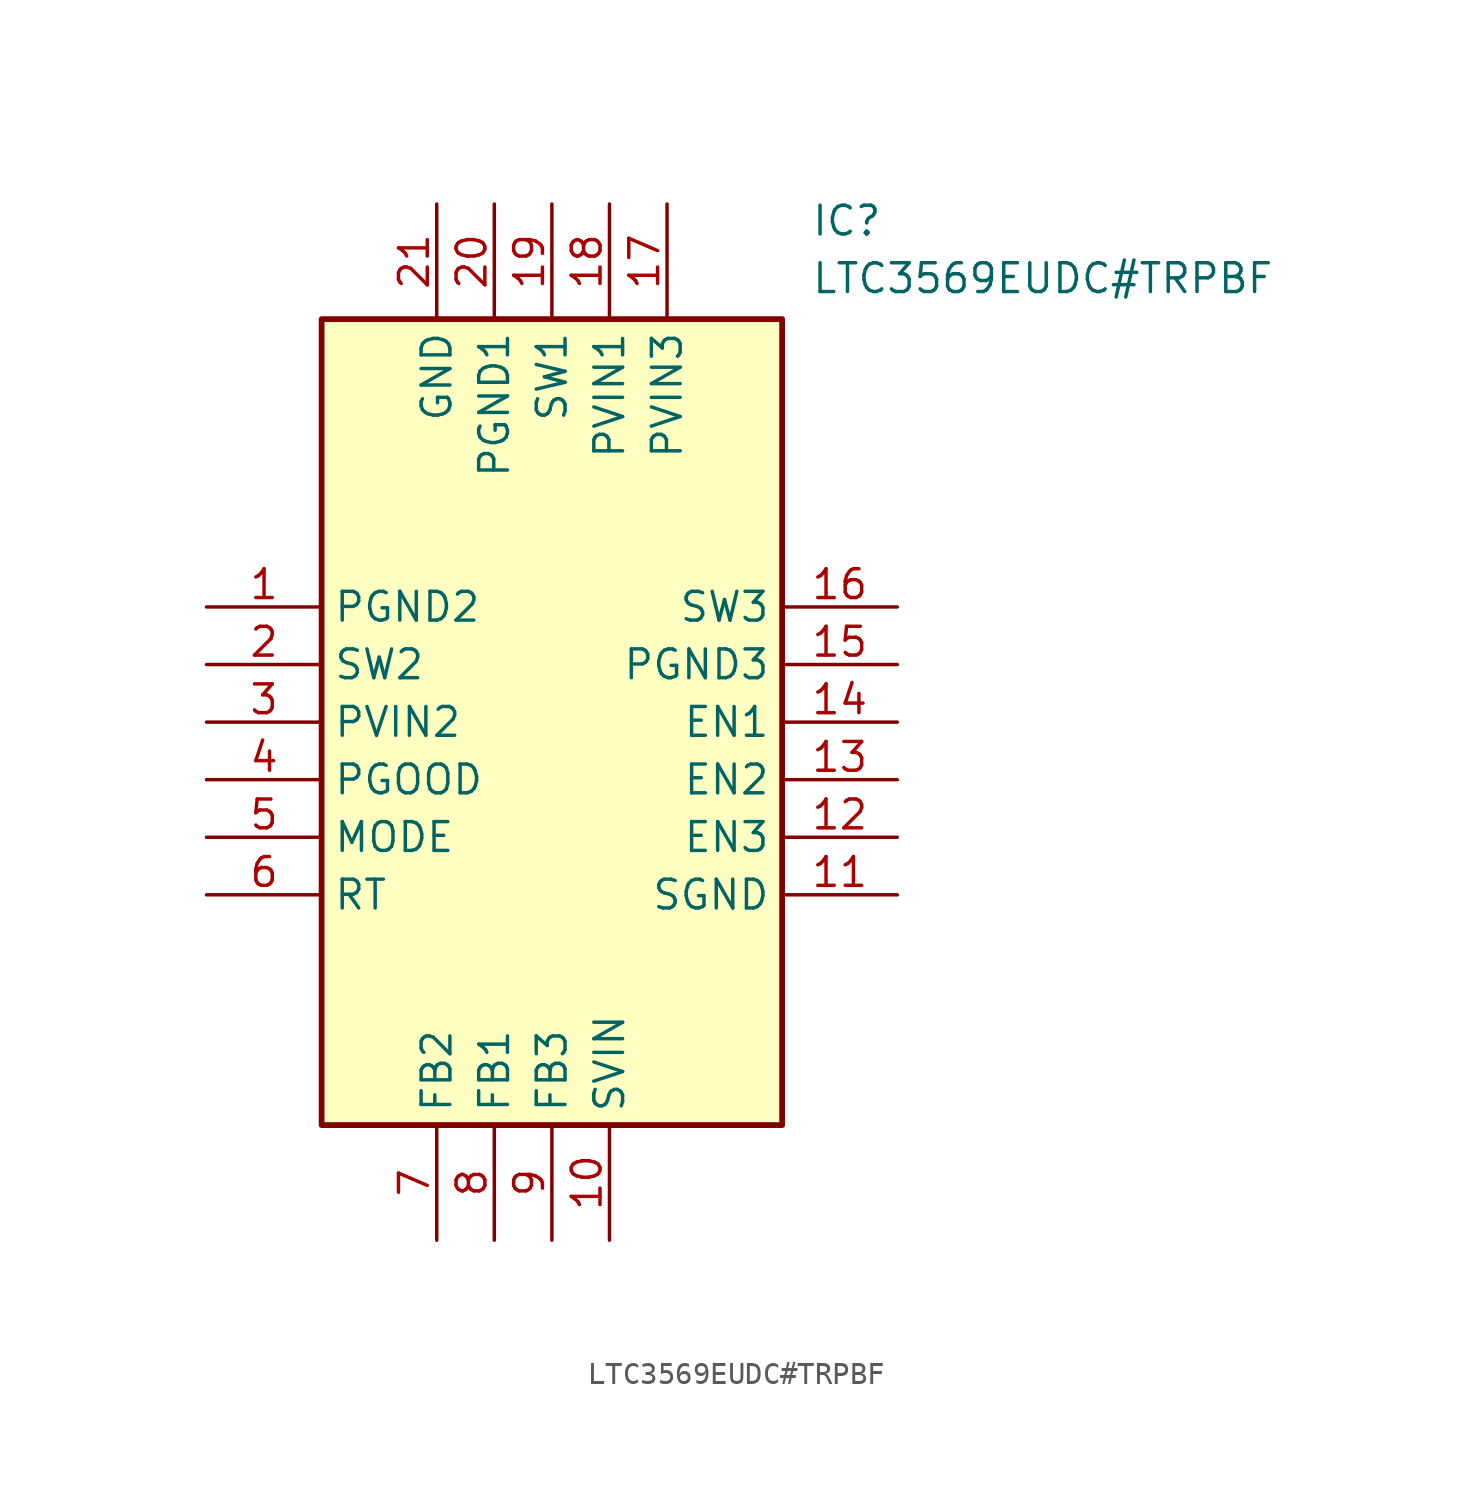
<source format=kicad_sym>
(kicad_symbol_lib
  (version 20211014)
  (generator SamacSys_ECAD_Model)
  (symbol "LTC3569EUDC#TRPBF"
    (property "Reference" "IC"
      (at 26.67 17.78 0)
      (effects (font (size 1.27 1.27)) (justify left top)))
    (property "Value" "LTC3569EUDC#TRPBF"
      (at 26.67 15.24 0)
      (effects (font (size 1.27 1.27)) (justify left top)))
    (rectangle
      (start 5.08 12.7)
      (end 25.4 -22.86)
      (stroke (width 0.254) (type default))
      (fill (type background)))
    (pin passive line
      (at 0 0 0)
      (length 5.08)
      (name "PGND2" (effects (font (size 1.27 1.27))))
      (number "1" (effects (font (size 1.27 1.27)))))
    (pin passive line
      (at 0 -2.54 0)
      (length 5.08)
      (name "SW2" (effects (font (size 1.27 1.27))))
      (number "2" (effects (font (size 1.27 1.27)))))
    (pin passive line
      (at 0 -5.08 0)
      (length 5.08)
      (name "PVIN2" (effects (font (size 1.27 1.27))))
      (number "3" (effects (font (size 1.27 1.27)))))
    (pin passive line
      (at 0 -7.62 0)
      (length 5.08)
      (name "PGOOD" (effects (font (size 1.27 1.27))))
      (number "4" (effects (font (size 1.27 1.27)))))
    (pin passive line
      (at 0 -10.16 0)
      (length 5.08)
      (name "MODE" (effects (font (size 1.27 1.27))))
      (number "5" (effects (font (size 1.27 1.27)))))
    (pin passive line
      (at 0 -12.7 0)
      (length 5.08)
      (name "RT" (effects (font (size 1.27 1.27))))
      (number "6" (effects (font (size 1.27 1.27)))))
    (pin passive line
      (at 10.16 -27.94 90)
      (length 5.08)
      (name "FB2" (effects (font (size 1.27 1.27))))
      (number "7" (effects (font (size 1.27 1.27)))))
    (pin passive line
      (at 12.7 -27.94 90)
      (length 5.08)
      (name "FB1" (effects (font (size 1.27 1.27))))
      (number "8" (effects (font (size 1.27 1.27)))))
    (pin passive line
      (at 15.24 -27.94 90)
      (length 5.08)
      (name "FB3" (effects (font (size 1.27 1.27))))
      (number "9" (effects (font (size 1.27 1.27)))))
    (pin passive line
      (at 17.78 -27.94 90)
      (length 5.08)
      (name "SVIN" (effects (font (size 1.27 1.27))))
      (number "10" (effects (font (size 1.27 1.27)))))
    (pin passive line
      (at 30.48 0 180)
      (length 5.08)
      (name "SW3" (effects (font (size 1.27 1.27))))
      (number "16" (effects (font (size 1.27 1.27)))))
    (pin passive line
      (at 30.48 -2.54 180)
      (length 5.08)
      (name "PGND3" (effects (font (size 1.27 1.27))))
      (number "15" (effects (font (size 1.27 1.27)))))
    (pin passive line
      (at 30.48 -5.08 180)
      (length 5.08)
      (name "EN1" (effects (font (size 1.27 1.27))))
      (number "14" (effects (font (size 1.27 1.27)))))
    (pin passive line
      (at 30.48 -7.62 180)
      (length 5.08)
      (name "EN2" (effects (font (size 1.27 1.27))))
      (number "13" (effects (font (size 1.27 1.27)))))
    (pin passive line
      (at 30.48 -10.16 180)
      (length 5.08)
      (name "EN3" (effects (font (size 1.27 1.27))))
      (number "12" (effects (font (size 1.27 1.27)))))
    (pin passive line
      (at 30.48 -12.7 180)
      (length 5.08)
      (name "SGND" (effects (font (size 1.27 1.27))))
      (number "11" (effects (font (size 1.27 1.27)))))
    (pin passive line
      (at 10.16 17.78 270)
      (length 5.08)
      (name "GND" (effects (font (size 1.27 1.27))))
      (number "21" (effects (font (size 1.27 1.27)))))
    (pin passive line
      (at 12.7 17.78 270)
      (length 5.08)
      (name "PGND1" (effects (font (size 1.27 1.27))))
      (number "20" (effects (font (size 1.27 1.27)))))
    (pin passive line
      (at 15.24 17.78 270)
      (length 5.08)
      (name "SW1" (effects (font (size 1.27 1.27))))
      (number "19" (effects (font (size 1.27 1.27)))))
    (pin passive line
      (at 17.78 17.78 270)
      (length 5.08)
      (name "PVIN1" (effects (font (size 1.27 1.27))))
      (number "18" (effects (font (size 1.27 1.27)))))
    (pin passive line
      (at 20.32 17.78 270)
      (length 5.08)
      (name "PVIN3" (effects (font (size 1.27 1.27))))
      (number "17" (effects (font (size 1.27 1.27)))))))
</source>
